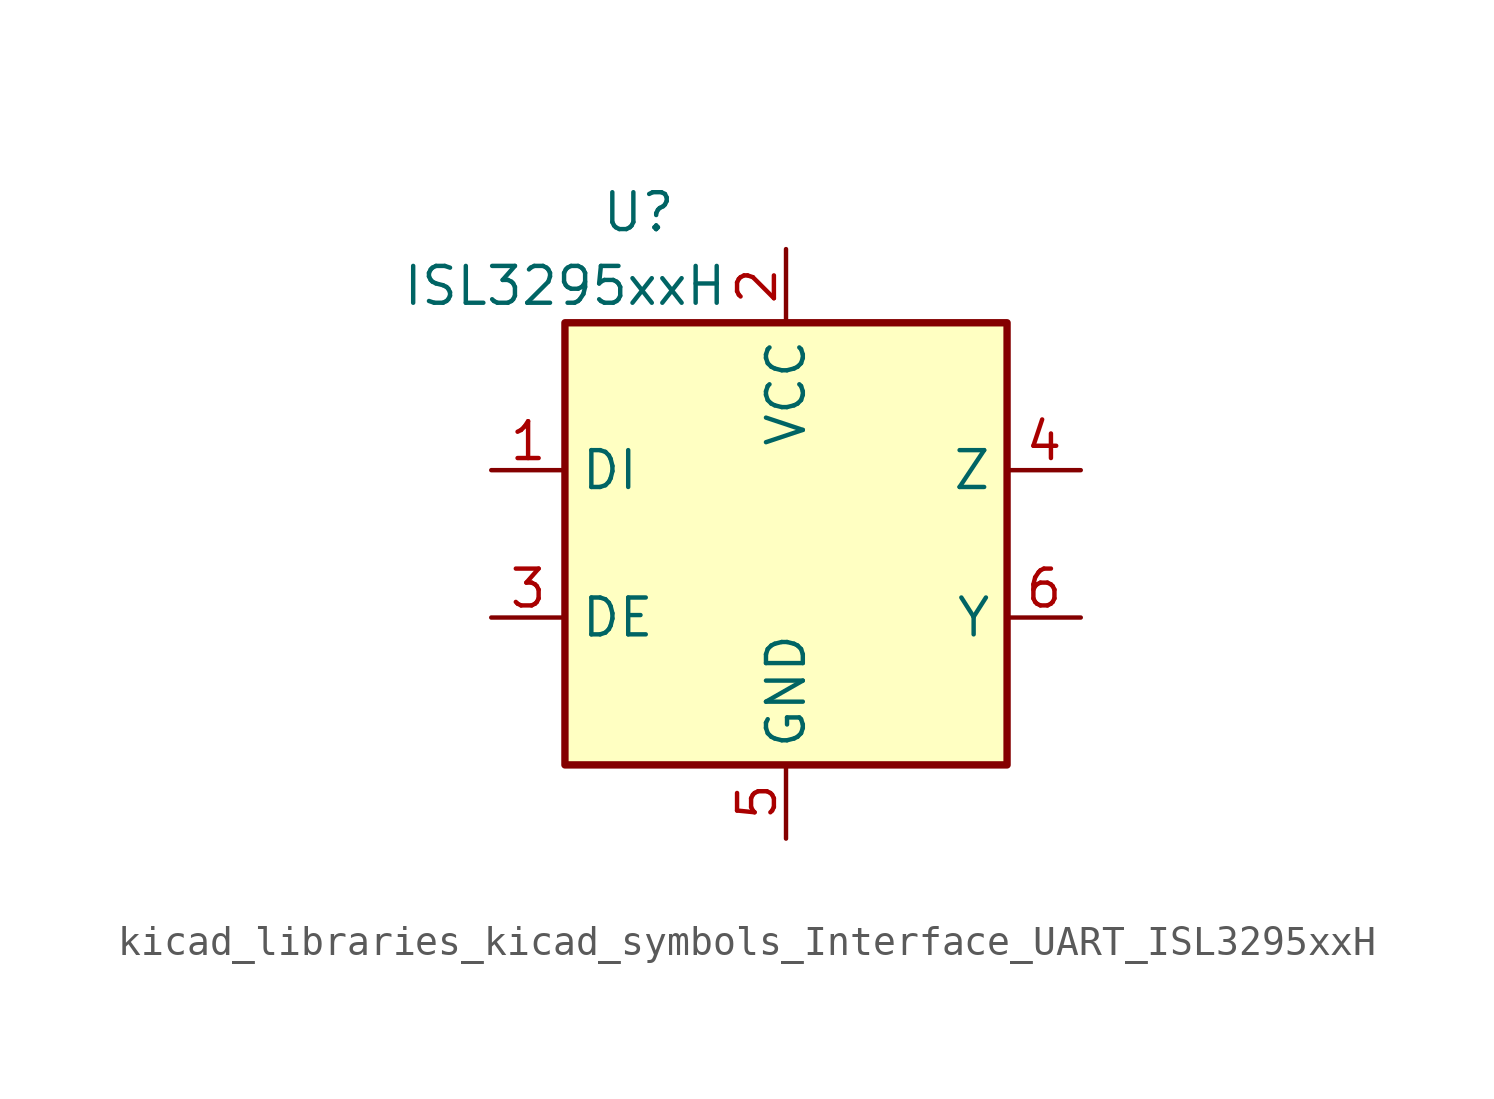
<source format=kicad_sym>
(kicad_symbol_lib
  (version 20220914)
  (generator kicad_symbol_editor)
  (symbol "kicad_libraries_kicad_symbols_Interface_UART_ISL3295xxH"
    (property "Reference" "U"
      (at -5.08 11.43 0)
      (effects (font (size 1.27 1.27))))
    (property "Value" "ISL3295xxH"
      (at -7.62 8.89 0)
      (effects (font (size 1.27 1.27))))
    (symbol "kicad_libraries_kicad_symbols_Interface_UART_ISL3295xxH_0_1"
      (polyline (pts (xy -7.62 7.62) (xy 7.62 7.62) (xy 7.62 -7.62) (xy -7.62 -7.62) (xy -7.62 7.62)) (stroke (width 0.254) (type default)) (fill (type background))))
    (symbol "kicad_libraries_kicad_symbols_Interface_UART_ISL3295xxH_1_1"
      (pin input line (at -10.16 2.54 0) (length 2.54) (name "DI" (effects (font (size 1.27 1.27)))) (number "1" (effects (font (size 1.27 1.27)))))
      (pin power_in line (at 0 10.16 270) (length 2.54) (name "VCC" (effects (font (size 1.27 1.27)))) (number "2" (effects (font (size 1.27 1.27)))))
      (pin input line (at -10.16 -2.54 0) (length 2.54) (name "DE" (effects (font (size 1.27 1.27)))) (number "3" (effects (font (size 1.27 1.27)))))
      (pin output line (at 10.16 2.54 180) (length 2.54) (name "Z" (effects (font (size 1.27 1.27)))) (number "4" (effects (font (size 1.27 1.27)))))
      (pin power_in line (at 0 -10.16 90) (length 2.54) (name "GND" (effects (font (size 1.27 1.27)))) (number "5" (effects (font (size 1.27 1.27)))))
      (pin output line (at 10.16 -2.54 180) (length 2.54) (name "Y" (effects (font (size 1.27 1.27)))) (number "6" (effects (font (size 1.27 1.27))))))))
</source>
